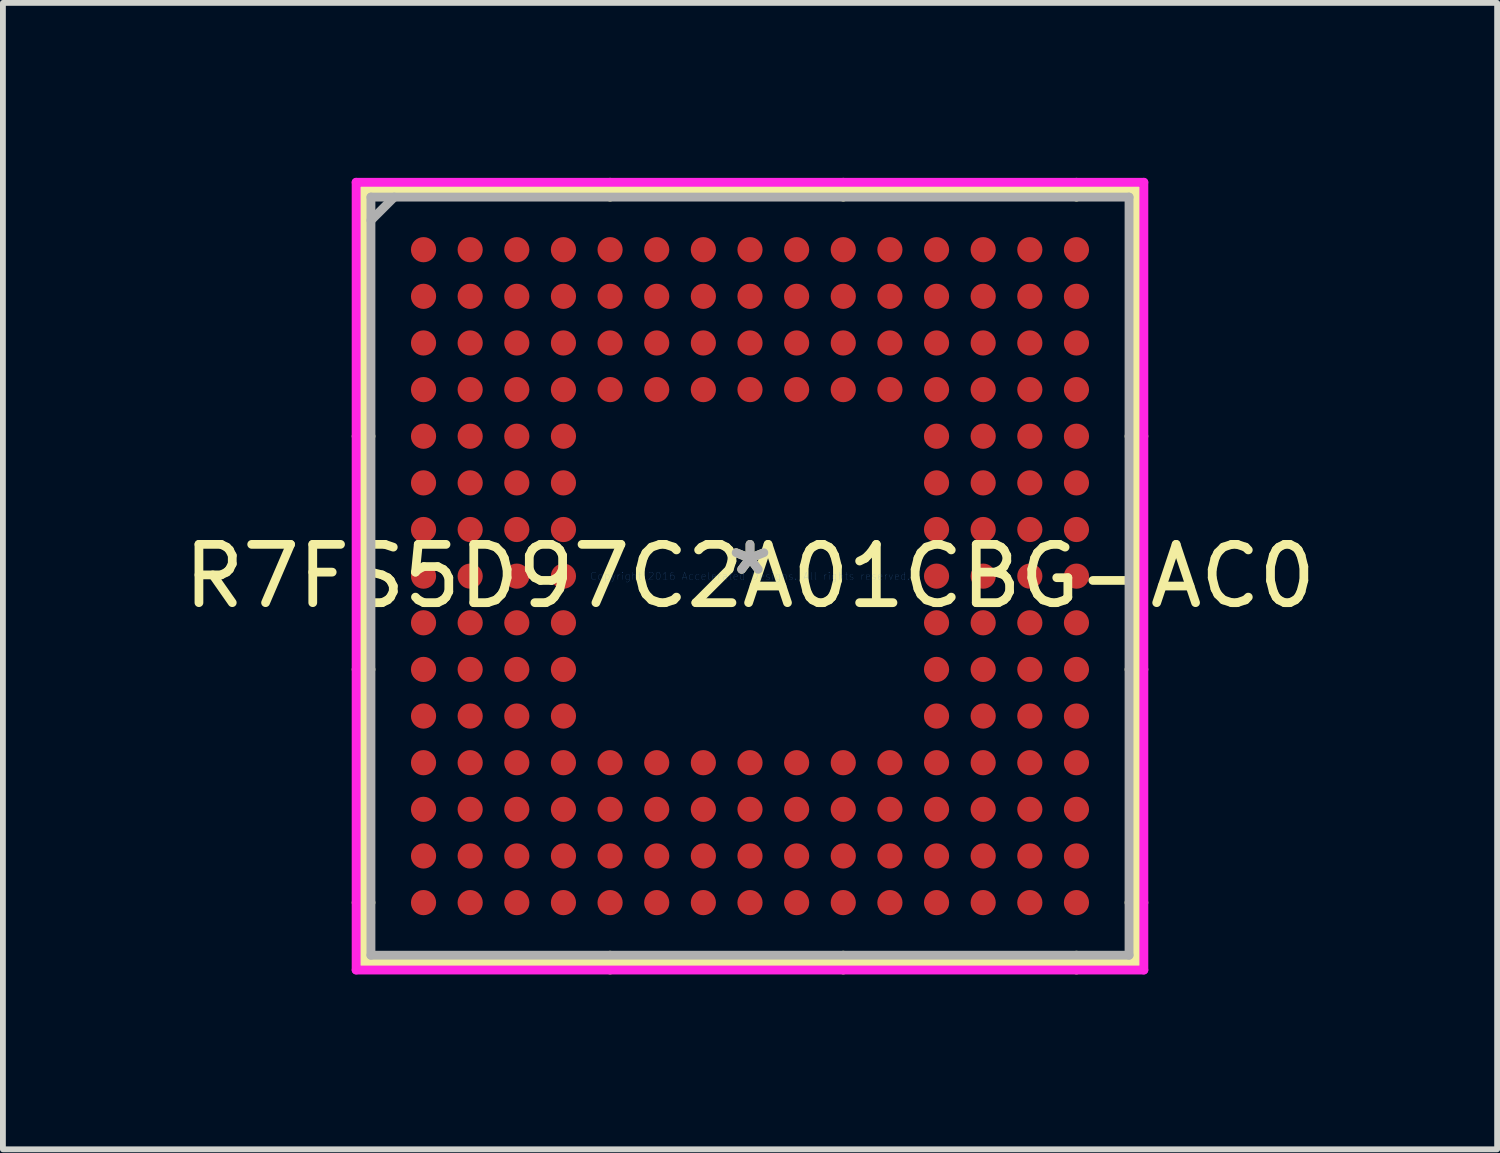
<source format=kicad_pcb>
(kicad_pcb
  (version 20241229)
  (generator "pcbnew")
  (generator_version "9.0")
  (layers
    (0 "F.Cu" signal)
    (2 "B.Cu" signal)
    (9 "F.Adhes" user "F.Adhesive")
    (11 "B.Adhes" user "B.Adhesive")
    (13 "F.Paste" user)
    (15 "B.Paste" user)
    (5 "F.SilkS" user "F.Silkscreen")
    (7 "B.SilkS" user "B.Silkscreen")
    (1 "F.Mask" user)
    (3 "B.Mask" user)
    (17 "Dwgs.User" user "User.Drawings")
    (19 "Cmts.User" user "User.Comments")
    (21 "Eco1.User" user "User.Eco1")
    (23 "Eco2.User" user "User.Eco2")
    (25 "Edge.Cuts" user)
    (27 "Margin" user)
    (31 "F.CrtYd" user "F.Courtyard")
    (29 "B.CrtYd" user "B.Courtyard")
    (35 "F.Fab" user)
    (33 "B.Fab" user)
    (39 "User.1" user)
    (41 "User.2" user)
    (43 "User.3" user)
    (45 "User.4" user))
  (footprint "R7FS5D97C2A01CBG-AC0"
    (layer "F.Cu")
    (at 9.815 6.833)
    (property "Reference" "R7FS5D97C2A01CBG-AC0" (at 0 0 0) (layer "F.SilkS") (effects (font (size 1 1) (thickness 0.15))))
    (attr through_hole)
    (fp_line (start -6.629 -6.629) (end -6.629 6.629) (stroke (width 0.152) (type solid)) (layer "F.SilkS"))
    (fp_line (start -6.629 6.629) (end 6.629 6.629) (stroke (width 0.152) (type solid)) (layer "F.SilkS"))
    (fp_line (start -6.502 -2.4) (end -6.756 -2.4) (stroke (width 0.152) (type solid)) (layer "F.SilkS"))
    (fp_line (start -6.502 1.6) (end -6.756 1.6) (stroke (width 0.152) (type solid)) (layer "F.SilkS"))
    (fp_line (start -6.502 5.6) (end -6.756 5.6) (stroke (width 0.152) (type solid)) (layer "F.SilkS"))
    (fp_line (start -2.4 -6.502) (end -2.4 -6.756) (stroke (width 0.152) (type solid)) (layer "F.SilkS"))
    (fp_line (start -2.4 6.502) (end -2.4 6.756) (stroke (width 0.152) (type solid)) (layer "F.SilkS"))
    (fp_line (start 1.6 -6.502) (end 1.6 -6.756) (stroke (width 0.152) (type solid)) (layer "F.SilkS"))
    (fp_line (start 1.6 6.502) (end 1.6 6.756) (stroke (width 0.152) (type solid)) (layer "F.SilkS"))
    (fp_line (start 5.6 -6.502) (end 5.6 -6.756) (stroke (width 0.152) (type solid)) (layer "F.SilkS"))
    (fp_line (start 5.6 6.502) (end 5.6 6.756) (stroke (width 0.152) (type solid)) (layer "F.SilkS"))
    (fp_line (start 6.502 -2.4) (end 6.756 -2.4) (stroke (width 0.152) (type solid)) (layer "F.SilkS"))
    (fp_line (start 6.502 1.6) (end 6.756 1.6) (stroke (width 0.152) (type solid)) (layer "F.SilkS"))
    (fp_line (start 6.502 5.6) (end 6.756 5.6) (stroke (width 0.152) (type solid)) (layer "F.SilkS"))
    (fp_line (start 6.629 -6.629) (end -6.629 -6.629) (stroke (width 0.152) (type solid)) (layer "F.SilkS"))
    (fp_line (start 6.629 6.629) (end 6.629 -6.629) (stroke (width 0.152) (type solid)) (layer "F.SilkS"))
    (fp_line (start -6.756 -6.756) (end 6.756 -6.756) (stroke (width 0.152) (type solid)) (layer "F.CrtYd"))
    (fp_line (start -6.756 6.756) (end -6.756 -6.756) (stroke (width 0.152) (type solid)) (layer "F.CrtYd"))
    (fp_line (start 6.756 -6.756) (end 6.756 6.756) (stroke (width 0.152) (type solid)) (layer "F.CrtYd"))
    (fp_line (start 6.756 6.756) (end -6.756 6.756) (stroke (width 0.152) (type solid)) (layer "F.CrtYd"))
    (fp_line (start -6.502 -6.502) (end -6.502 6.502) (stroke (width 0.152) (type solid)) (layer "F.Fab"))
    (fp_line (start -6.502 6.502) (end 6.502 6.502) (stroke (width 0.152) (type solid)) (layer "F.Fab"))
    (fp_line (start -6.102 -6.502) (end -6.502 -6.102) (stroke (width 0.152) (type solid)) (layer "F.Fab"))
    (fp_line (start 6.502 -6.502) (end -6.502 -6.502) (stroke (width 0.152) (type solid)) (layer "F.Fab"))
    (fp_line (start 6.502 6.502) (end 6.502 -6.502) (stroke (width 0.152) (type solid)) (layer "F.Fab"))
    (fp_text user "*" (at 0 0 0) (layer "F.SilkS") (effects (font (size 1 1) (thickness 0.15))))
    (fp_text user "Copyright 2016 Accelerated Designs. All rights reserved." (at 0 0 0) (layer "Cmts.User") (effects (font (size 0.127 0.127) (thickness 0.002))))
    (fp_text user "*" (at 0 0 0) (layer "F.Fab") (effects (font (size 1 1) (thickness 0.15))))
    (pad "A1" smd circle (at -5.6 -5.6) (size 0.432 0.432) (layers "F.Cu" "F.Mask" "F.Paste"))
    (pad "A2" smd circle (at -4.8 -5.6) (size 0.432 0.432) (layers "F.Cu" "F.Mask" "F.Paste"))
    (pad "A3" smd circle (at -4 -5.6) (size 0.432 0.432) (layers "F.Cu" "F.Mask" "F.Paste"))
    (pad "A4" smd circle (at -3.2 -5.6) (size 0.432 0.432) (layers "F.Cu" "F.Mask" "F.Paste"))
    (pad "A5" smd circle (at -2.4 -5.6) (size 0.432 0.432) (layers "F.Cu" "F.Mask" "F.Paste"))
    (pad "A6" smd circle (at -1.6 -5.6) (size 0.432 0.432) (layers "F.Cu" "F.Mask" "F.Paste"))
    (pad "A7" smd circle (at -0.8 -5.6) (size 0.432 0.432) (layers "F.Cu" "F.Mask" "F.Paste"))
    (pad "A8" smd circle (at 0 -5.6) (size 0.432 0.432) (layers "F.Cu" "F.Mask" "F.Paste"))
    (pad "A9" smd circle (at 0.8 -5.6) (size 0.432 0.432) (layers "F.Cu" "F.Mask" "F.Paste"))
    (pad "A10" smd circle (at 1.6 -5.6) (size 0.432 0.432) (layers "F.Cu" "F.Mask" "F.Paste"))
    (pad "A11" smd circle (at 2.4 -5.6) (size 0.432 0.432) (layers "F.Cu" "F.Mask" "F.Paste"))
    (pad "A12" smd circle (at 3.2 -5.6) (size 0.432 0.432) (layers "F.Cu" "F.Mask" "F.Paste"))
    (pad "A13" smd circle (at 4 -5.6) (size 0.432 0.432) (layers "F.Cu" "F.Mask" "F.Paste"))
    (pad "A14" smd circle (at 4.8 -5.6) (size 0.432 0.432) (layers "F.Cu" "F.Mask" "F.Paste"))
    (pad "A15" smd circle (at 5.6 -5.6) (size 0.432 0.432) (layers "F.Cu" "F.Mask" "F.Paste"))
    (pad "B1" smd circle (at -5.6 -4.8) (size 0.432 0.432) (layers "F.Cu" "F.Mask" "F.Paste"))
    (pad "B2" smd circle (at -4.8 -4.8) (size 0.432 0.432) (layers "F.Cu" "F.Mask" "F.Paste"))
    (pad "B3" smd circle (at -4 -4.8) (size 0.432 0.432) (layers "F.Cu" "F.Mask" "F.Paste"))
    (pad "B4" smd circle (at -3.2 -4.8) (size 0.432 0.432) (layers "F.Cu" "F.Mask" "F.Paste"))
    (pad "B5" smd circle (at -2.4 -4.8) (size 0.432 0.432) (layers "F.Cu" "F.Mask" "F.Paste"))
    (pad "B6" smd circle (at -1.6 -4.8) (size 0.432 0.432) (layers "F.Cu" "F.Mask" "F.Paste"))
    (pad "B7" smd circle (at -0.8 -4.8) (size 0.432 0.432) (layers "F.Cu" "F.Mask" "F.Paste"))
    (pad "B8" smd circle (at 0 -4.8) (size 0.432 0.432) (layers "F.Cu" "F.Mask" "F.Paste"))
    (pad "B9" smd circle (at 0.8 -4.8) (size 0.432 0.432) (layers "F.Cu" "F.Mask" "F.Paste"))
    (pad "B10" smd circle (at 1.6 -4.8) (size 0.432 0.432) (layers "F.Cu" "F.Mask" "F.Paste"))
    (pad "B11" smd circle (at 2.4 -4.8) (size 0.432 0.432) (layers "F.Cu" "F.Mask" "F.Paste"))
    (pad "B12" smd circle (at 3.2 -4.8) (size 0.432 0.432) (layers "F.Cu" "F.Mask" "F.Paste"))
    (pad "B13" smd circle (at 4 -4.8) (size 0.432 0.432) (layers "F.Cu" "F.Mask" "F.Paste"))
    (pad "B14" smd circle (at 4.8 -4.8) (size 0.432 0.432) (layers "F.Cu" "F.Mask" "F.Paste"))
    (pad "B15" smd circle (at 5.6 -4.8) (size 0.432 0.432) (layers "F.Cu" "F.Mask" "F.Paste"))
    (pad "C1" smd circle (at -5.6 -4) (size 0.432 0.432) (layers "F.Cu" "F.Mask" "F.Paste"))
    (pad "C2" smd circle (at -4.8 -4) (size 0.432 0.432) (layers "F.Cu" "F.Mask" "F.Paste"))
    (pad "C3" smd circle (at -4 -4) (size 0.432 0.432) (layers "F.Cu" "F.Mask" "F.Paste"))
    (pad "C4" smd circle (at -3.2 -4) (size 0.432 0.432) (layers "F.Cu" "F.Mask" "F.Paste"))
    (pad "C5" smd circle (at -2.4 -4) (size 0.432 0.432) (layers "F.Cu" "F.Mask" "F.Paste"))
    (pad "C6" smd circle (at -1.6 -4) (size 0.432 0.432) (layers "F.Cu" "F.Mask" "F.Paste"))
    (pad "C7" smd circle (at -0.8 -4) (size 0.432 0.432) (layers "F.Cu" "F.Mask" "F.Paste"))
    (pad "C8" smd circle (at 0 -4) (size 0.432 0.432) (layers "F.Cu" "F.Mask" "F.Paste"))
    (pad "C9" smd circle (at 0.8 -4) (size 0.432 0.432) (layers "F.Cu" "F.Mask" "F.Paste"))
    (pad "C10" smd circle (at 1.6 -4) (size 0.432 0.432) (layers "F.Cu" "F.Mask" "F.Paste"))
    (pad "C11" smd circle (at 2.4 -4) (size 0.432 0.432) (layers "F.Cu" "F.Mask" "F.Paste"))
    (pad "C12" smd circle (at 3.2 -4) (size 0.432 0.432) (layers "F.Cu" "F.Mask" "F.Paste"))
    (pad "C13" smd circle (at 4 -4) (size 0.432 0.432) (layers "F.Cu" "F.Mask" "F.Paste"))
    (pad "C14" smd circle (at 4.8 -4) (size 0.432 0.432) (layers "F.Cu" "F.Mask" "F.Paste"))
    (pad "C15" smd circle (at 5.6 -4) (size 0.432 0.432) (layers "F.Cu" "F.Mask" "F.Paste"))
    (pad "D1" smd circle (at -5.6 -3.2) (size 0.432 0.432) (layers "F.Cu" "F.Mask" "F.Paste"))
    (pad "D2" smd circle (at -4.8 -3.2) (size 0.432 0.432) (layers "F.Cu" "F.Mask" "F.Paste"))
    (pad "D3" smd circle (at -4 -3.2) (size 0.432 0.432) (layers "F.Cu" "F.Mask" "F.Paste"))
    (pad "D4" smd circle (at -3.2 -3.2) (size 0.432 0.432) (layers "F.Cu" "F.Mask" "F.Paste"))
    (pad "D5" smd circle (at -2.4 -3.2) (size 0.432 0.432) (layers "F.Cu" "F.Mask" "F.Paste"))
    (pad "D6" smd circle (at -1.6 -3.2) (size 0.432 0.432) (layers "F.Cu" "F.Mask" "F.Paste"))
    (pad "D7" smd circle (at -0.8 -3.2) (size 0.432 0.432) (layers "F.Cu" "F.Mask" "F.Paste"))
    (pad "D8" smd circle (at 0 -3.2) (size 0.432 0.432) (layers "F.Cu" "F.Mask" "F.Paste"))
    (pad "D9" smd circle (at 0.8 -3.2) (size 0.432 0.432) (layers "F.Cu" "F.Mask" "F.Paste"))
    (pad "D10" smd circle (at 1.6 -3.2) (size 0.432 0.432) (layers "F.Cu" "F.Mask" "F.Paste"))
    (pad "D11" smd circle (at 2.4 -3.2) (size 0.432 0.432) (layers "F.Cu" "F.Mask" "F.Paste"))
    (pad "D12" smd circle (at 3.2 -3.2) (size 0.432 0.432) (layers "F.Cu" "F.Mask" "F.Paste"))
    (pad "D13" smd circle (at 4 -3.2) (size 0.432 0.432) (layers "F.Cu" "F.Mask" "F.Paste"))
    (pad "D14" smd circle (at 4.8 -3.2) (size 0.432 0.432) (layers "F.Cu" "F.Mask" "F.Paste"))
    (pad "D15" smd circle (at 5.6 -3.2) (size 0.432 0.432) (layers "F.Cu" "F.Mask" "F.Paste"))
    (pad "E1" smd circle (at -5.6 -2.4) (size 0.432 0.432) (layers "F.Cu" "F.Mask" "F.Paste"))
    (pad "E2" smd circle (at -4.8 -2.4) (size 0.432 0.432) (layers "F.Cu" "F.Mask" "F.Paste"))
    (pad "E3" smd circle (at -4 -2.4) (size 0.432 0.432) (layers "F.Cu" "F.Mask" "F.Paste"))
    (pad "E4" smd circle (at -3.2 -2.4) (size 0.432 0.432) (layers "F.Cu" "F.Mask" "F.Paste"))
    (pad "E12" smd circle (at 3.2 -2.4) (size 0.432 0.432) (layers "F.Cu" "F.Mask" "F.Paste"))
    (pad "E13" smd circle (at 4 -2.4) (size 0.432 0.432) (layers "F.Cu" "F.Mask" "F.Paste"))
    (pad "E14" smd circle (at 4.8 -2.4) (size 0.432 0.432) (layers "F.Cu" "F.Mask" "F.Paste"))
    (pad "E15" smd circle (at 5.6 -2.4) (size 0.432 0.432) (layers "F.Cu" "F.Mask" "F.Paste"))
    (pad "F1" smd circle (at -5.6 -1.6) (size 0.432 0.432) (layers "F.Cu" "F.Mask" "F.Paste"))
    (pad "F2" smd circle (at -4.8 -1.6) (size 0.432 0.432) (layers "F.Cu" "F.Mask" "F.Paste"))
    (pad "F3" smd circle (at -4 -1.6) (size 0.432 0.432) (layers "F.Cu" "F.Mask" "F.Paste"))
    (pad "F4" smd circle (at -3.2 -1.6) (size 0.432 0.432) (layers "F.Cu" "F.Mask" "F.Paste"))
    (pad "F12" smd circle (at 3.2 -1.6) (size 0.432 0.432) (layers "F.Cu" "F.Mask" "F.Paste"))
    (pad "F13" smd circle (at 4 -1.6) (size 0.432 0.432) (layers "F.Cu" "F.Mask" "F.Paste"))
    (pad "F14" smd circle (at 4.8 -1.6) (size 0.432 0.432) (layers "F.Cu" "F.Mask" "F.Paste"))
    (pad "F15" smd circle (at 5.6 -1.6) (size 0.432 0.432) (layers "F.Cu" "F.Mask" "F.Paste"))
    (pad "G1" smd circle (at -5.6 -0.8) (size 0.432 0.432) (layers "F.Cu" "F.Mask" "F.Paste"))
    (pad "G2" smd circle (at -4.8 -0.8) (size 0.432 0.432) (layers "F.Cu" "F.Mask" "F.Paste"))
    (pad "G3" smd circle (at -4 -0.8) (size 0.432 0.432) (layers "F.Cu" "F.Mask" "F.Paste"))
    (pad "G4" smd circle (at -3.2 -0.8) (size 0.432 0.432) (layers "F.Cu" "F.Mask" "F.Paste"))
    (pad "G12" smd circle (at 3.2 -0.8) (size 0.432 0.432) (layers "F.Cu" "F.Mask" "F.Paste"))
    (pad "G13" smd circle (at 4 -0.8) (size 0.432 0.432) (layers "F.Cu" "F.Mask" "F.Paste"))
    (pad "G14" smd circle (at 4.8 -0.8) (size 0.432 0.432) (layers "F.Cu" "F.Mask" "F.Paste"))
    (pad "G15" smd circle (at 5.6 -0.8) (size 0.432 0.432) (layers "F.Cu" "F.Mask" "F.Paste"))
    (pad "H1" smd circle (at -5.6 0) (size 0.432 0.432) (layers "F.Cu" "F.Mask" "F.Paste"))
    (pad "H2" smd circle (at -4.8 0) (size 0.432 0.432) (layers "F.Cu" "F.Mask" "F.Paste"))
    (pad "H3" smd circle (at -4 0) (size 0.432 0.432) (layers "F.Cu" "F.Mask" "F.Paste"))
    (pad "H4" smd circle (at -3.2 0) (size 0.432 0.432) (layers "F.Cu" "F.Mask" "F.Paste"))
    (pad "H12" smd circle (at 3.2 0) (size 0.432 0.432) (layers "F.Cu" "F.Mask" "F.Paste"))
    (pad "H13" smd circle (at 4 0) (size 0.432 0.432) (layers "F.Cu" "F.Mask" "F.Paste"))
    (pad "H14" smd circle (at 4.8 0) (size 0.432 0.432) (layers "F.Cu" "F.Mask" "F.Paste"))
    (pad "H15" smd circle (at 5.6 0) (size 0.432 0.432) (layers "F.Cu" "F.Mask" "F.Paste"))
    (pad "J1" smd circle (at -5.6 0.8) (size 0.432 0.432) (layers "F.Cu" "F.Mask" "F.Paste"))
    (pad "J2" smd circle (at -4.8 0.8) (size 0.432 0.432) (layers "F.Cu" "F.Mask" "F.Paste"))
    (pad "J3" smd circle (at -4 0.8) (size 0.432 0.432) (layers "F.Cu" "F.Mask" "F.Paste"))
    (pad "J4" smd circle (at -3.2 0.8) (size 0.432 0.432) (layers "F.Cu" "F.Mask" "F.Paste"))
    (pad "J12" smd circle (at 3.2 0.8) (size 0.432 0.432) (layers "F.Cu" "F.Mask" "F.Paste"))
    (pad "J13" smd circle (at 4 0.8) (size 0.432 0.432) (layers "F.Cu" "F.Mask" "F.Paste"))
    (pad "J14" smd circle (at 4.8 0.8) (size 0.432 0.432) (layers "F.Cu" "F.Mask" "F.Paste"))
    (pad "J15" smd circle (at 5.6 0.8) (size 0.432 0.432) (layers "F.Cu" "F.Mask" "F.Paste"))
    (pad "K1" smd circle (at -5.6 1.6) (size 0.432 0.432) (layers "F.Cu" "F.Mask" "F.Paste"))
    (pad "K2" smd circle (at -4.8 1.6) (size 0.432 0.432) (layers "F.Cu" "F.Mask" "F.Paste"))
    (pad "K3" smd circle (at -4 1.6) (size 0.432 0.432) (layers "F.Cu" "F.Mask" "F.Paste"))
    (pad "K4" smd circle (at -3.2 1.6) (size 0.432 0.432) (layers "F.Cu" "F.Mask" "F.Paste"))
    (pad "K12" smd circle (at 3.2 1.6) (size 0.432 0.432) (layers "F.Cu" "F.Mask" "F.Paste"))
    (pad "K13" smd circle (at 4 1.6) (size 0.432 0.432) (layers "F.Cu" "F.Mask" "F.Paste"))
    (pad "K14" smd circle (at 4.8 1.6) (size 0.432 0.432) (layers "F.Cu" "F.Mask" "F.Paste"))
    (pad "K15" smd circle (at 5.6 1.6) (size 0.432 0.432) (layers "F.Cu" "F.Mask" "F.Paste"))
    (pad "L1" smd circle (at -5.6 2.4) (size 0.432 0.432) (layers "F.Cu" "F.Mask" "F.Paste"))
    (pad "L2" smd circle (at -4.8 2.4) (size 0.432 0.432) (layers "F.Cu" "F.Mask" "F.Paste"))
    (pad "L3" smd circle (at -4 2.4) (size 0.432 0.432) (layers "F.Cu" "F.Mask" "F.Paste"))
    (pad "L4" smd circle (at -3.2 2.4) (size 0.432 0.432) (layers "F.Cu" "F.Mask" "F.Paste"))
    (pad "L12" smd circle (at 3.2 2.4) (size 0.432 0.432) (layers "F.Cu" "F.Mask" "F.Paste"))
    (pad "L13" smd circle (at 4 2.4) (size 0.432 0.432) (layers "F.Cu" "F.Mask" "F.Paste"))
    (pad "L14" smd circle (at 4.8 2.4) (size 0.432 0.432) (layers "F.Cu" "F.Mask" "F.Paste"))
    (pad "L15" smd circle (at 5.6 2.4) (size 0.432 0.432) (layers "F.Cu" "F.Mask" "F.Paste"))
    (pad "M1" smd circle (at -5.6 3.2) (size 0.432 0.432) (layers "F.Cu" "F.Mask" "F.Paste"))
    (pad "M2" smd circle (at -4.8 3.2) (size 0.432 0.432) (layers "F.Cu" "F.Mask" "F.Paste"))
    (pad "M3" smd circle (at -4 3.2) (size 0.432 0.432) (layers "F.Cu" "F.Mask" "F.Paste"))
    (pad "M4" smd circle (at -3.2 3.2) (size 0.432 0.432) (layers "F.Cu" "F.Mask" "F.Paste"))
    (pad "M5" smd circle (at -2.4 3.2) (size 0.432 0.432) (layers "F.Cu" "F.Mask" "F.Paste"))
    (pad "M6" smd circle (at -1.6 3.2) (size 0.432 0.432) (layers "F.Cu" "F.Mask" "F.Paste"))
    (pad "M7" smd circle (at -0.8 3.2) (size 0.432 0.432) (layers "F.Cu" "F.Mask" "F.Paste"))
    (pad "M8" smd circle (at 0 3.2) (size 0.432 0.432) (layers "F.Cu" "F.Mask" "F.Paste"))
    (pad "M9" smd circle (at 0.8 3.2) (size 0.432 0.432) (layers "F.Cu" "F.Mask" "F.Paste"))
    (pad "M10" smd circle (at 1.6 3.2) (size 0.432 0.432) (layers "F.Cu" "F.Mask" "F.Paste"))
    (pad "M11" smd circle (at 2.4 3.2) (size 0.432 0.432) (layers "F.Cu" "F.Mask" "F.Paste"))
    (pad "M12" smd circle (at 3.2 3.2) (size 0.432 0.432) (layers "F.Cu" "F.Mask" "F.Paste"))
    (pad "M13" smd circle (at 4 3.2) (size 0.432 0.432) (layers "F.Cu" "F.Mask" "F.Paste"))
    (pad "M14" smd circle (at 4.8 3.2) (size 0.432 0.432) (layers "F.Cu" "F.Mask" "F.Paste"))
    (pad "M15" smd circle (at 5.6 3.2) (size 0.432 0.432) (layers "F.Cu" "F.Mask" "F.Paste"))
    (pad "N1" smd circle (at -5.6 4) (size 0.432 0.432) (layers "F.Cu" "F.Mask" "F.Paste"))
    (pad "N2" smd circle (at -4.8 4) (size 0.432 0.432) (layers "F.Cu" "F.Mask" "F.Paste"))
    (pad "N3" smd circle (at -4 4) (size 0.432 0.432) (layers "F.Cu" "F.Mask" "F.Paste"))
    (pad "N4" smd circle (at -3.2 4) (size 0.432 0.432) (layers "F.Cu" "F.Mask" "F.Paste"))
    (pad "N5" smd circle (at -2.4 4) (size 0.432 0.432) (layers "F.Cu" "F.Mask" "F.Paste"))
    (pad "N6" smd circle (at -1.6 4) (size 0.432 0.432) (layers "F.Cu" "F.Mask" "F.Paste"))
    (pad "N7" smd circle (at -0.8 4) (size 0.432 0.432) (layers "F.Cu" "F.Mask" "F.Paste"))
    (pad "N8" smd circle (at 0 4) (size 0.432 0.432) (layers "F.Cu" "F.Mask" "F.Paste"))
    (pad "N9" smd circle (at 0.8 4) (size 0.432 0.432) (layers "F.Cu" "F.Mask" "F.Paste"))
    (pad "N10" smd circle (at 1.6 4) (size 0.432 0.432) (layers "F.Cu" "F.Mask" "F.Paste"))
    (pad "N11" smd circle (at 2.4 4) (size 0.432 0.432) (layers "F.Cu" "F.Mask" "F.Paste"))
    (pad "N12" smd circle (at 3.2 4) (size 0.432 0.432) (layers "F.Cu" "F.Mask" "F.Paste"))
    (pad "N13" smd circle (at 4 4) (size 0.432 0.432) (layers "F.Cu" "F.Mask" "F.Paste"))
    (pad "N14" smd circle (at 4.8 4) (size 0.432 0.432) (layers "F.Cu" "F.Mask" "F.Paste"))
    (pad "N15" smd circle (at 5.6 4) (size 0.432 0.432) (layers "F.Cu" "F.Mask" "F.Paste"))
    (pad "P1" smd circle (at -5.6 4.8) (size 0.432 0.432) (layers "F.Cu" "F.Mask" "F.Paste"))
    (pad "P2" smd circle (at -4.8 4.8) (size 0.432 0.432) (layers "F.Cu" "F.Mask" "F.Paste"))
    (pad "P3" smd circle (at -4 4.8) (size 0.432 0.432) (layers "F.Cu" "F.Mask" "F.Paste"))
    (pad "P4" smd circle (at -3.2 4.8) (size 0.432 0.432) (layers "F.Cu" "F.Mask" "F.Paste"))
    (pad "P5" smd circle (at -2.4 4.8) (size 0.432 0.432) (layers "F.Cu" "F.Mask" "F.Paste"))
    (pad "P6" smd circle (at -1.6 4.8) (size 0.432 0.432) (layers "F.Cu" "F.Mask" "F.Paste"))
    (pad "P7" smd circle (at -0.8 4.8) (size 0.432 0.432) (layers "F.Cu" "F.Mask" "F.Paste"))
    (pad "P8" smd circle (at 0 4.8) (size 0.432 0.432) (layers "F.Cu" "F.Mask" "F.Paste"))
    (pad "P9" smd circle (at 0.8 4.8) (size 0.432 0.432) (layers "F.Cu" "F.Mask" "F.Paste"))
    (pad "P10" smd circle (at 1.6 4.8) (size 0.432 0.432) (layers "F.Cu" "F.Mask" "F.Paste"))
    (pad "P11" smd circle (at 2.4 4.8) (size 0.432 0.432) (layers "F.Cu" "F.Mask" "F.Paste"))
    (pad "P12" smd circle (at 3.2 4.8) (size 0.432 0.432) (layers "F.Cu" "F.Mask" "F.Paste"))
    (pad "P13" smd circle (at 4 4.8) (size 0.432 0.432) (layers "F.Cu" "F.Mask" "F.Paste"))
    (pad "P14" smd circle (at 4.8 4.8) (size 0.432 0.432) (layers "F.Cu" "F.Mask" "F.Paste"))
    (pad "P15" smd circle (at 5.6 4.8) (size 0.432 0.432) (layers "F.Cu" "F.Mask" "F.Paste"))
    (pad "R1" smd circle (at -5.6 5.6) (size 0.432 0.432) (layers "F.Cu" "F.Mask" "F.Paste"))
    (pad "R2" smd circle (at -4.8 5.6) (size 0.432 0.432) (layers "F.Cu" "F.Mask" "F.Paste"))
    (pad "R3" smd circle (at -4 5.6) (size 0.432 0.432) (layers "F.Cu" "F.Mask" "F.Paste"))
    (pad "R4" smd circle (at -3.2 5.6) (size 0.432 0.432) (layers "F.Cu" "F.Mask" "F.Paste"))
    (pad "R5" smd circle (at -2.4 5.6) (size 0.432 0.432) (layers "F.Cu" "F.Mask" "F.Paste"))
    (pad "R6" smd circle (at -1.6 5.6) (size 0.432 0.432) (layers "F.Cu" "F.Mask" "F.Paste"))
    (pad "R7" smd circle (at -0.8 5.6) (size 0.432 0.432) (layers "F.Cu" "F.Mask" "F.Paste"))
    (pad "R8" smd circle (at 0 5.6) (size 0.432 0.432) (layers "F.Cu" "F.Mask" "F.Paste"))
    (pad "R9" smd circle (at 0.8 5.6) (size 0.432 0.432) (layers "F.Cu" "F.Mask" "F.Paste"))
    (pad "R10" smd circle (at 1.6 5.6) (size 0.432 0.432) (layers "F.Cu" "F.Mask" "F.Paste"))
    (pad "R11" smd circle (at 2.4 5.6) (size 0.432 0.432) (layers "F.Cu" "F.Mask" "F.Paste"))
    (pad "R12" smd circle (at 3.2 5.6) (size 0.432 0.432) (layers "F.Cu" "F.Mask" "F.Paste"))
    (pad "R13" smd circle (at 4 5.6) (size 0.432 0.432) (layers "F.Cu" "F.Mask" "F.Paste"))
    (pad "R14" smd circle (at 4.8 5.6) (size 0.432 0.432) (layers "F.Cu" "F.Mask" "F.Paste"))
    (pad "R15" smd circle (at 5.6 5.6) (size 0.432 0.432) (layers "F.Cu" "F.Mask" "F.Paste")))
  (gr_rect
    (start -3 -3)
    (end 22.631 16.665)
    (stroke (width 0.1) (type default))
    (fill no)
    (layer "Edge.Cuts")))
</source>
